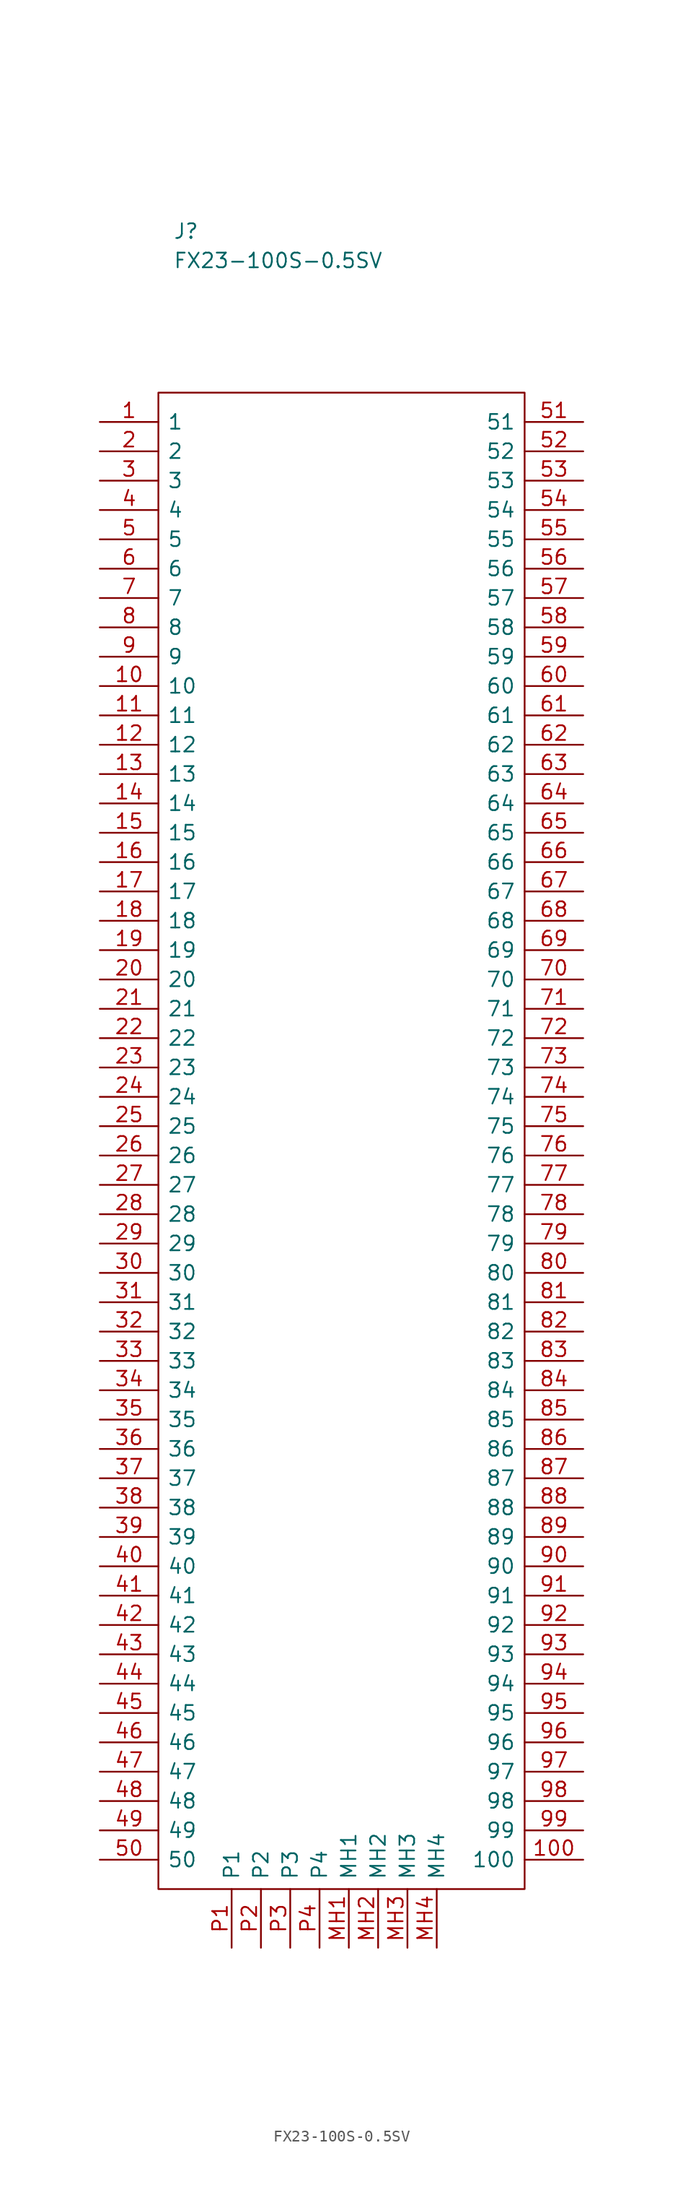
<source format=kicad_sym>
(kicad_symbol_lib
  (version 20211014)
  (generator kicad_symbol_editor)
  (symbol "FX23-100S-0.5SV"
    (pin_names
      (offset 0.762))
    (property "Reference" "J"
      (at 6.35 16.51 0)
      (effects (font (size 1.27 1.27)) (justify left)))
    (property "Value" "FX23-100S-0.5SV"
      (at 6.35 13.97 0)
      (effects (font (size 1.27 1.27)) (justify left)))
    (symbol "FX23-100S-0.5SV_1_1"
      (polyline (pts (xy 5.08 2.54) (xy 36.83 2.54) (xy 36.83 -127) (xy 5.08 -127) (xy 5.08 2.54)) (stroke (width 0.152) (type default) (color 0 0 0 0)) (fill (type none)))
      (pin passive line (at 0 0 0) (length 5.08) (name "1" (effects (font (size 1.27 1.27)))) (number "1" (effects (font (size 1.27 1.27)))))
      (pin passive line (at 0 -22.86 0) (length 5.08) (name "10" (effects (font (size 1.27 1.27)))) (number "10" (effects (font (size 1.27 1.27)))))
      (pin passive line (at 41.91 -124.46 180) (length 5.08) (name "100" (effects (font (size 1.27 1.27)))) (number "100" (effects (font (size 1.27 1.27)))))
      (pin passive line (at 0 -25.4 0) (length 5.08) (name "11" (effects (font (size 1.27 1.27)))) (number "11" (effects (font (size 1.27 1.27)))))
      (pin passive line (at 0 -27.94 0) (length 5.08) (name "12" (effects (font (size 1.27 1.27)))) (number "12" (effects (font (size 1.27 1.27)))))
      (pin passive line (at 0 -30.48 0) (length 5.08) (name "13" (effects (font (size 1.27 1.27)))) (number "13" (effects (font (size 1.27 1.27)))))
      (pin passive line (at 0 -33.02 0) (length 5.08) (name "14" (effects (font (size 1.27 1.27)))) (number "14" (effects (font (size 1.27 1.27)))))
      (pin passive line (at 0 -35.56 0) (length 5.08) (name "15" (effects (font (size 1.27 1.27)))) (number "15" (effects (font (size 1.27 1.27)))))
      (pin passive line (at 0 -38.1 0) (length 5.08) (name "16" (effects (font (size 1.27 1.27)))) (number "16" (effects (font (size 1.27 1.27)))))
      (pin passive line (at 0 -40.64 0) (length 5.08) (name "17" (effects (font (size 1.27 1.27)))) (number "17" (effects (font (size 1.27 1.27)))))
      (pin passive line (at 0 -43.18 0) (length 5.08) (name "18" (effects (font (size 1.27 1.27)))) (number "18" (effects (font (size 1.27 1.27)))))
      (pin passive line (at 0 -45.72 0) (length 5.08) (name "19" (effects (font (size 1.27 1.27)))) (number "19" (effects (font (size 1.27 1.27)))))
      (pin passive line (at 0 -2.54 0) (length 5.08) (name "2" (effects (font (size 1.27 1.27)))) (number "2" (effects (font (size 1.27 1.27)))))
      (pin passive line (at 0 -48.26 0) (length 5.08) (name "20" (effects (font (size 1.27 1.27)))) (number "20" (effects (font (size 1.27 1.27)))))
      (pin passive line (at 0 -50.8 0) (length 5.08) (name "21" (effects (font (size 1.27 1.27)))) (number "21" (effects (font (size 1.27 1.27)))))
      (pin passive line (at 0 -53.34 0) (length 5.08) (name "22" (effects (font (size 1.27 1.27)))) (number "22" (effects (font (size 1.27 1.27)))))
      (pin passive line (at 0 -55.88 0) (length 5.08) (name "23" (effects (font (size 1.27 1.27)))) (number "23" (effects (font (size 1.27 1.27)))))
      (pin passive line (at 0 -58.42 0) (length 5.08) (name "24" (effects (font (size 1.27 1.27)))) (number "24" (effects (font (size 1.27 1.27)))))
      (pin passive line (at 0 -60.96 0) (length 5.08) (name "25" (effects (font (size 1.27 1.27)))) (number "25" (effects (font (size 1.27 1.27)))))
      (pin passive line (at 0 -63.5 0) (length 5.08) (name "26" (effects (font (size 1.27 1.27)))) (number "26" (effects (font (size 1.27 1.27)))))
      (pin passive line (at 0 -66.04 0) (length 5.08) (name "27" (effects (font (size 1.27 1.27)))) (number "27" (effects (font (size 1.27 1.27)))))
      (pin passive line (at 0 -68.58 0) (length 5.08) (name "28" (effects (font (size 1.27 1.27)))) (number "28" (effects (font (size 1.27 1.27)))))
      (pin passive line (at 0 -71.12 0) (length 5.08) (name "29" (effects (font (size 1.27 1.27)))) (number "29" (effects (font (size 1.27 1.27)))))
      (pin passive line (at 0 -5.08 0) (length 5.08) (name "3" (effects (font (size 1.27 1.27)))) (number "3" (effects (font (size 1.27 1.27)))))
      (pin passive line (at 0 -73.66 0) (length 5.08) (name "30" (effects (font (size 1.27 1.27)))) (number "30" (effects (font (size 1.27 1.27)))))
      (pin passive line (at 0 -76.2 0) (length 5.08) (name "31" (effects (font (size 1.27 1.27)))) (number "31" (effects (font (size 1.27 1.27)))))
      (pin passive line (at 0 -78.74 0) (length 5.08) (name "32" (effects (font (size 1.27 1.27)))) (number "32" (effects (font (size 1.27 1.27)))))
      (pin passive line (at 0 -81.28 0) (length 5.08) (name "33" (effects (font (size 1.27 1.27)))) (number "33" (effects (font (size 1.27 1.27)))))
      (pin passive line (at 0 -83.82 0) (length 5.08) (name "34" (effects (font (size 1.27 1.27)))) (number "34" (effects (font (size 1.27 1.27)))))
      (pin passive line (at 0 -86.36 0) (length 5.08) (name "35" (effects (font (size 1.27 1.27)))) (number "35" (effects (font (size 1.27 1.27)))))
      (pin passive line (at 0 -88.9 0) (length 5.08) (name "36" (effects (font (size 1.27 1.27)))) (number "36" (effects (font (size 1.27 1.27)))))
      (pin passive line (at 0 -91.44 0) (length 5.08) (name "37" (effects (font (size 1.27 1.27)))) (number "37" (effects (font (size 1.27 1.27)))))
      (pin passive line (at 0 -93.98 0) (length 5.08) (name "38" (effects (font (size 1.27 1.27)))) (number "38" (effects (font (size 1.27 1.27)))))
      (pin passive line (at 0 -96.52 0) (length 5.08) (name "39" (effects (font (size 1.27 1.27)))) (number "39" (effects (font (size 1.27 1.27)))))
      (pin passive line (at 0 -7.62 0) (length 5.08) (name "4" (effects (font (size 1.27 1.27)))) (number "4" (effects (font (size 1.27 1.27)))))
      (pin passive line (at 0 -99.06 0) (length 5.08) (name "40" (effects (font (size 1.27 1.27)))) (number "40" (effects (font (size 1.27 1.27)))))
      (pin passive line (at 0 -101.6 0) (length 5.08) (name "41" (effects (font (size 1.27 1.27)))) (number "41" (effects (font (size 1.27 1.27)))))
      (pin passive line (at 0 -104.14 0) (length 5.08) (name "42" (effects (font (size 1.27 1.27)))) (number "42" (effects (font (size 1.27 1.27)))))
      (pin passive line (at 0 -106.68 0) (length 5.08) (name "43" (effects (font (size 1.27 1.27)))) (number "43" (effects (font (size 1.27 1.27)))))
      (pin passive line (at 0 -109.22 0) (length 5.08) (name "44" (effects (font (size 1.27 1.27)))) (number "44" (effects (font (size 1.27 1.27)))))
      (pin passive line (at 0 -111.76 0) (length 5.08) (name "45" (effects (font (size 1.27 1.27)))) (number "45" (effects (font (size 1.27 1.27)))))
      (pin passive line (at 0 -114.3 0) (length 5.08) (name "46" (effects (font (size 1.27 1.27)))) (number "46" (effects (font (size 1.27 1.27)))))
      (pin passive line (at 0 -116.84 0) (length 5.08) (name "47" (effects (font (size 1.27 1.27)))) (number "47" (effects (font (size 1.27 1.27)))))
      (pin passive line (at 0 -119.38 0) (length 5.08) (name "48" (effects (font (size 1.27 1.27)))) (number "48" (effects (font (size 1.27 1.27)))))
      (pin passive line (at 0 -121.92 0) (length 5.08) (name "49" (effects (font (size 1.27 1.27)))) (number "49" (effects (font (size 1.27 1.27)))))
      (pin passive line (at 0 -10.16 0) (length 5.08) (name "5" (effects (font (size 1.27 1.27)))) (number "5" (effects (font (size 1.27 1.27)))))
      (pin passive line (at 0 -124.46 0) (length 5.08) (name "50" (effects (font (size 1.27 1.27)))) (number "50" (effects (font (size 1.27 1.27)))))
      (pin passive line (at 41.91 0 180) (length 5.08) (name "51" (effects (font (size 1.27 1.27)))) (number "51" (effects (font (size 1.27 1.27)))))
      (pin passive line (at 41.91 -2.54 180) (length 5.08) (name "52" (effects (font (size 1.27 1.27)))) (number "52" (effects (font (size 1.27 1.27)))))
      (pin passive line (at 41.91 -5.08 180) (length 5.08) (name "53" (effects (font (size 1.27 1.27)))) (number "53" (effects (font (size 1.27 1.27)))))
      (pin passive line (at 41.91 -7.62 180) (length 5.08) (name "54" (effects (font (size 1.27 1.27)))) (number "54" (effects (font (size 1.27 1.27)))))
      (pin passive line (at 41.91 -10.16 180) (length 5.08) (name "55" (effects (font (size 1.27 1.27)))) (number "55" (effects (font (size 1.27 1.27)))))
      (pin passive line (at 41.91 -12.7 180) (length 5.08) (name "56" (effects (font (size 1.27 1.27)))) (number "56" (effects (font (size 1.27 1.27)))))
      (pin passive line (at 41.91 -15.24 180) (length 5.08) (name "57" (effects (font (size 1.27 1.27)))) (number "57" (effects (font (size 1.27 1.27)))))
      (pin passive line (at 41.91 -17.78 180) (length 5.08) (name "58" (effects (font (size 1.27 1.27)))) (number "58" (effects (font (size 1.27 1.27)))))
      (pin passive line (at 41.91 -20.32 180) (length 5.08) (name "59" (effects (font (size 1.27 1.27)))) (number "59" (effects (font (size 1.27 1.27)))))
      (pin passive line (at 0 -12.7 0) (length 5.08) (name "6" (effects (font (size 1.27 1.27)))) (number "6" (effects (font (size 1.27 1.27)))))
      (pin passive line (at 41.91 -22.86 180) (length 5.08) (name "60" (effects (font (size 1.27 1.27)))) (number "60" (effects (font (size 1.27 1.27)))))
      (pin passive line (at 41.91 -25.4 180) (length 5.08) (name "61" (effects (font (size 1.27 1.27)))) (number "61" (effects (font (size 1.27 1.27)))))
      (pin passive line (at 41.91 -27.94 180) (length 5.08) (name "62" (effects (font (size 1.27 1.27)))) (number "62" (effects (font (size 1.27 1.27)))))
      (pin passive line (at 41.91 -30.48 180) (length 5.08) (name "63" (effects (font (size 1.27 1.27)))) (number "63" (effects (font (size 1.27 1.27)))))
      (pin passive line (at 41.91 -33.02 180) (length 5.08) (name "64" (effects (font (size 1.27 1.27)))) (number "64" (effects (font (size 1.27 1.27)))))
      (pin passive line (at 41.91 -35.56 180) (length 5.08) (name "65" (effects (font (size 1.27 1.27)))) (number "65" (effects (font (size 1.27 1.27)))))
      (pin passive line (at 41.91 -38.1 180) (length 5.08) (name "66" (effects (font (size 1.27 1.27)))) (number "66" (effects (font (size 1.27 1.27)))))
      (pin passive line (at 41.91 -40.64 180) (length 5.08) (name "67" (effects (font (size 1.27 1.27)))) (number "67" (effects (font (size 1.27 1.27)))))
      (pin passive line (at 41.91 -43.18 180) (length 5.08) (name "68" (effects (font (size 1.27 1.27)))) (number "68" (effects (font (size 1.27 1.27)))))
      (pin passive line (at 41.91 -45.72 180) (length 5.08) (name "69" (effects (font (size 1.27 1.27)))) (number "69" (effects (font (size 1.27 1.27)))))
      (pin passive line (at 0 -15.24 0) (length 5.08) (name "7" (effects (font (size 1.27 1.27)))) (number "7" (effects (font (size 1.27 1.27)))))
      (pin passive line (at 41.91 -48.26 180) (length 5.08) (name "70" (effects (font (size 1.27 1.27)))) (number "70" (effects (font (size 1.27 1.27)))))
      (pin passive line (at 41.91 -50.8 180) (length 5.08) (name "71" (effects (font (size 1.27 1.27)))) (number "71" (effects (font (size 1.27 1.27)))))
      (pin passive line (at 41.91 -53.34 180) (length 5.08) (name "72" (effects (font (size 1.27 1.27)))) (number "72" (effects (font (size 1.27 1.27)))))
      (pin passive line (at 41.91 -55.88 180) (length 5.08) (name "73" (effects (font (size 1.27 1.27)))) (number "73" (effects (font (size 1.27 1.27)))))
      (pin passive line (at 41.91 -58.42 180) (length 5.08) (name "74" (effects (font (size 1.27 1.27)))) (number "74" (effects (font (size 1.27 1.27)))))
      (pin passive line (at 41.91 -60.96 180) (length 5.08) (name "75" (effects (font (size 1.27 1.27)))) (number "75" (effects (font (size 1.27 1.27)))))
      (pin passive line (at 41.91 -63.5 180) (length 5.08) (name "76" (effects (font (size 1.27 1.27)))) (number "76" (effects (font (size 1.27 1.27)))))
      (pin passive line (at 41.91 -66.04 180) (length 5.08) (name "77" (effects (font (size 1.27 1.27)))) (number "77" (effects (font (size 1.27 1.27)))))
      (pin passive line (at 41.91 -68.58 180) (length 5.08) (name "78" (effects (font (size 1.27 1.27)))) (number "78" (effects (font (size 1.27 1.27)))))
      (pin passive line (at 41.91 -71.12 180) (length 5.08) (name "79" (effects (font (size 1.27 1.27)))) (number "79" (effects (font (size 1.27 1.27)))))
      (pin passive line (at 0 -17.78 0) (length 5.08) (name "8" (effects (font (size 1.27 1.27)))) (number "8" (effects (font (size 1.27 1.27)))))
      (pin passive line (at 41.91 -73.66 180) (length 5.08) (name "80" (effects (font (size 1.27 1.27)))) (number "80" (effects (font (size 1.27 1.27)))))
      (pin passive line (at 41.91 -76.2 180) (length 5.08) (name "81" (effects (font (size 1.27 1.27)))) (number "81" (effects (font (size 1.27 1.27)))))
      (pin passive line (at 41.91 -78.74 180) (length 5.08) (name "82" (effects (font (size 1.27 1.27)))) (number "82" (effects (font (size 1.27 1.27)))))
      (pin passive line (at 41.91 -81.28 180) (length 5.08) (name "83" (effects (font (size 1.27 1.27)))) (number "83" (effects (font (size 1.27 1.27)))))
      (pin passive line (at 41.91 -83.82 180) (length 5.08) (name "84" (effects (font (size 1.27 1.27)))) (number "84" (effects (font (size 1.27 1.27)))))
      (pin passive line (at 41.91 -86.36 180) (length 5.08) (name "85" (effects (font (size 1.27 1.27)))) (number "85" (effects (font (size 1.27 1.27)))))
      (pin passive line (at 41.91 -88.9 180) (length 5.08) (name "86" (effects (font (size 1.27 1.27)))) (number "86" (effects (font (size 1.27 1.27)))))
      (pin passive line (at 41.91 -91.44 180) (length 5.08) (name "87" (effects (font (size 1.27 1.27)))) (number "87" (effects (font (size 1.27 1.27)))))
      (pin passive line (at 41.91 -93.98 180) (length 5.08) (name "88" (effects (font (size 1.27 1.27)))) (number "88" (effects (font (size 1.27 1.27)))))
      (pin passive line (at 41.91 -96.52 180) (length 5.08) (name "89" (effects (font (size 1.27 1.27)))) (number "89" (effects (font (size 1.27 1.27)))))
      (pin passive line (at 0 -20.32 0) (length 5.08) (name "9" (effects (font (size 1.27 1.27)))) (number "9" (effects (font (size 1.27 1.27)))))
      (pin passive line (at 41.91 -99.06 180) (length 5.08) (name "90" (effects (font (size 1.27 1.27)))) (number "90" (effects (font (size 1.27 1.27)))))
      (pin passive line (at 41.91 -101.6 180) (length 5.08) (name "91" (effects (font (size 1.27 1.27)))) (number "91" (effects (font (size 1.27 1.27)))))
      (pin passive line (at 41.91 -104.14 180) (length 5.08) (name "92" (effects (font (size 1.27 1.27)))) (number "92" (effects (font (size 1.27 1.27)))))
      (pin passive line (at 41.91 -106.68 180) (length 5.08) (name "93" (effects (font (size 1.27 1.27)))) (number "93" (effects (font (size 1.27 1.27)))))
      (pin passive line (at 41.91 -109.22 180) (length 5.08) (name "94" (effects (font (size 1.27 1.27)))) (number "94" (effects (font (size 1.27 1.27)))))
      (pin passive line (at 41.91 -111.76 180) (length 5.08) (name "95" (effects (font (size 1.27 1.27)))) (number "95" (effects (font (size 1.27 1.27)))))
      (pin passive line (at 41.91 -114.3 180) (length 5.08) (name "96" (effects (font (size 1.27 1.27)))) (number "96" (effects (font (size 1.27 1.27)))))
      (pin passive line (at 41.91 -116.84 180) (length 5.08) (name "97" (effects (font (size 1.27 1.27)))) (number "97" (effects (font (size 1.27 1.27)))))
      (pin passive line (at 41.91 -119.38 180) (length 5.08) (name "98" (effects (font (size 1.27 1.27)))) (number "98" (effects (font (size 1.27 1.27)))))
      (pin passive line (at 41.91 -121.92 180) (length 5.08) (name "99" (effects (font (size 1.27 1.27)))) (number "99" (effects (font (size 1.27 1.27)))))
      (pin passive line (at 21.59 -132.08 90) (length 5.08) (name "MH1" (effects (font (size 1.27 1.27)))) (number "MH1" (effects (font (size 1.27 1.27)))))
      (pin passive line (at 24.13 -132.08 90) (length 5.08) (name "MH2" (effects (font (size 1.27 1.27)))) (number "MH2" (effects (font (size 1.27 1.27)))))
      (pin passive line (at 26.67 -132.08 90) (length 5.08) (name "MH3" (effects (font (size 1.27 1.27)))) (number "MH3" (effects (font (size 1.27 1.27)))))
      (pin passive line (at 29.21 -132.08 90) (length 5.08) (name "MH4" (effects (font (size 1.27 1.27)))) (number "MH4" (effects (font (size 1.27 1.27)))))
      (pin passive line (at 11.43 -132.08 90) (length 5.08) (name "P1" (effects (font (size 1.27 1.27)))) (number "P1" (effects (font (size 1.27 1.27)))))
      (pin passive line (at 13.97 -132.08 90) (length 5.08) (name "P2" (effects (font (size 1.27 1.27)))) (number "P2" (effects (font (size 1.27 1.27)))))
      (pin passive line (at 16.51 -132.08 90) (length 5.08) (name "P3" (effects (font (size 1.27 1.27)))) (number "P3" (effects (font (size 1.27 1.27)))))
      (pin passive line (at 19.05 -132.08 90) (length 5.08) (name "P4" (effects (font (size 1.27 1.27)))) (number "P4" (effects (font (size 1.27 1.27))))))))
</source>
